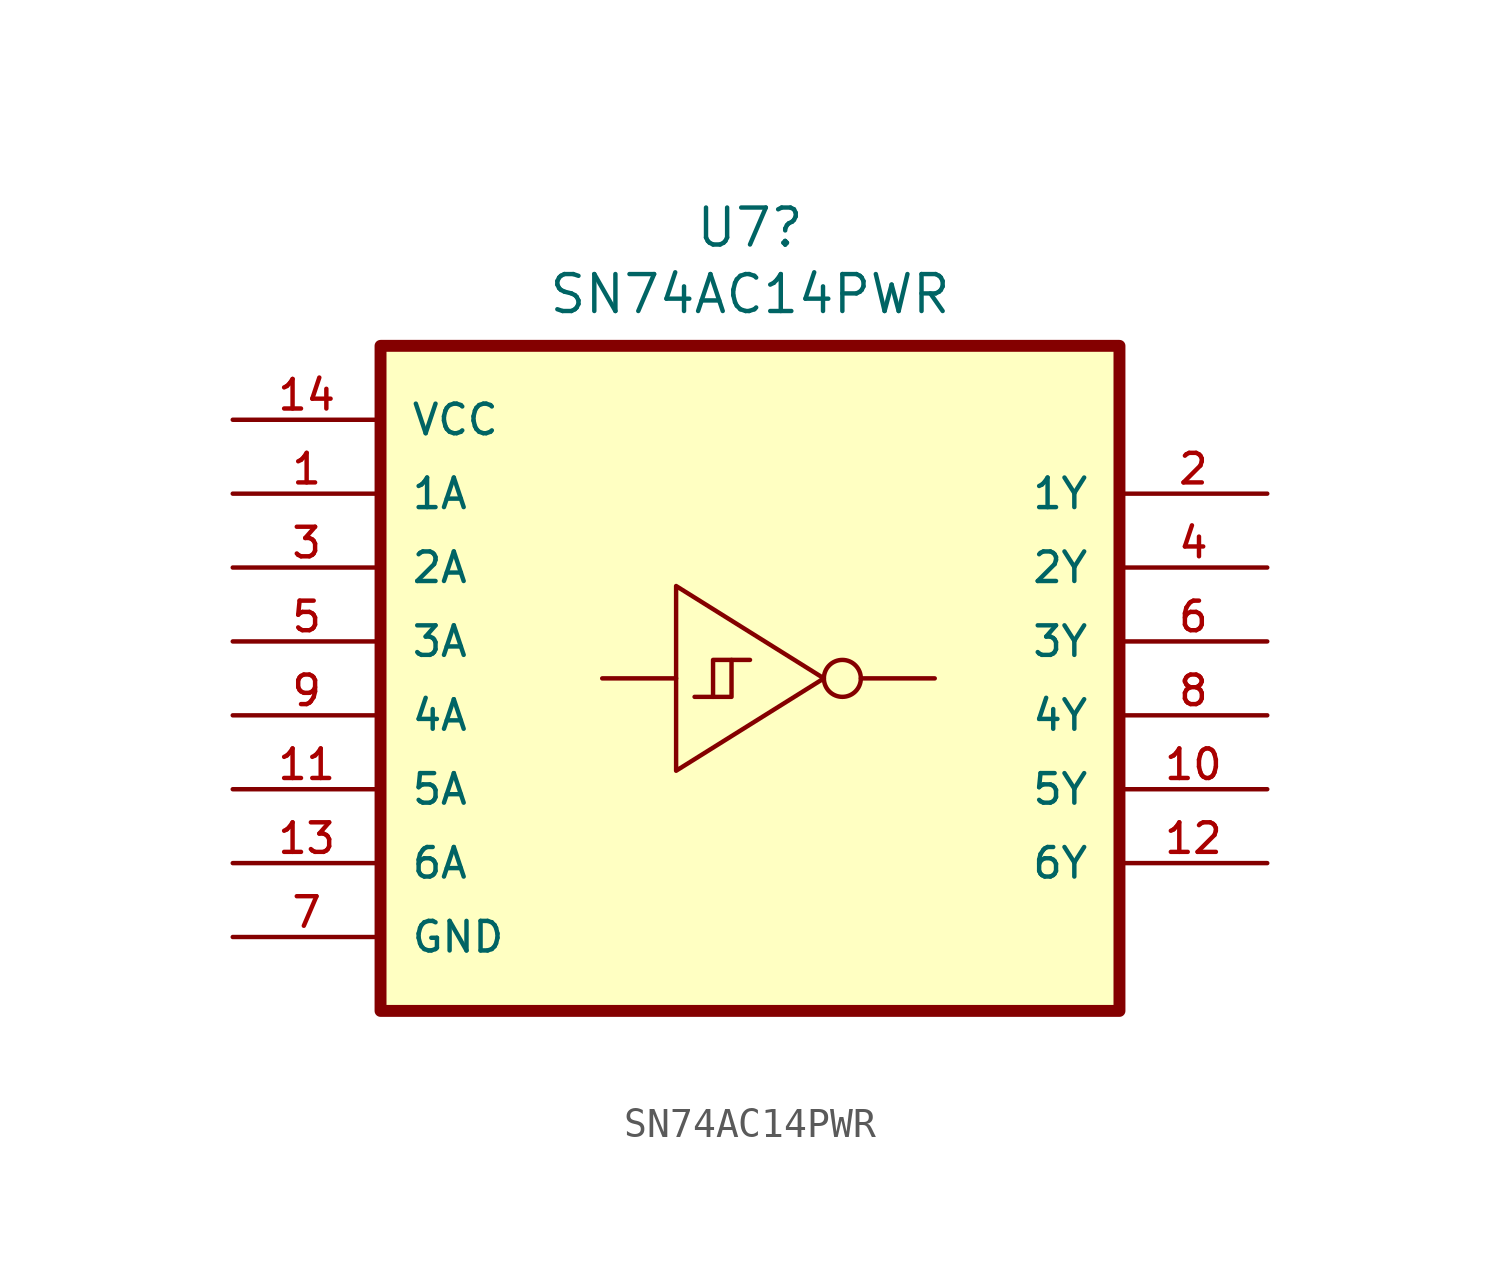
<source format=kicad_sym>
(kicad_symbol_lib
  (version 20241209)
  (generator "kicad_symbol_editor")
  (generator_version "9.0")
  (symbol "SN74AC14PWR"
    (pin_names
      (offset 1.016))
    (property "Reference" "U7"
      (at 0 14.224 0)
      (effects (font (size 1.27 1.27))))
    (property "Value" "SN74AC14PWR"
      (at 0 11.938 0)
      (effects (font (size 1.27 1.27))))
    (symbol "SN74AC14PWR_0_0"
      (rectangle (start -12.7 10.16) (end 12.7 -12.7) (stroke (width 0.41) (type default)) (fill (type background)))
      (pin power_in line (at -17.78 7.62 0) (length 5.08) (name "VCC" (effects (font (size 1.016 1.016)))) (number "14" (effects (font (size 1.016 1.016)))))
      (pin input line (at -17.78 5.08 0) (length 5.08) (name "1A" (effects (font (size 1.016 1.016)))) (number "1" (effects (font (size 1.016 1.016)))))
      (pin input line (at -17.78 2.54 0) (length 5.08) (name "2A" (effects (font (size 1.016 1.016)))) (number "3" (effects (font (size 1.016 1.016)))))
      (pin input line (at -17.78 0 0) (length 5.08) (name "3A" (effects (font (size 1.016 1.016)))) (number "5" (effects (font (size 1.016 1.016)))))
      (pin input line (at -17.78 -2.54 0) (length 5.08) (name "4A" (effects (font (size 1.016 1.016)))) (number "9" (effects (font (size 1.016 1.016)))))
      (pin input line (at -17.78 -5.08 0) (length 5.08) (name "5A" (effects (font (size 1.016 1.016)))) (number "11" (effects (font (size 1.016 1.016)))))
      (pin input line (at -17.78 -7.62 0) (length 5.08) (name "6A" (effects (font (size 1.016 1.016)))) (number "13" (effects (font (size 1.016 1.016)))))
      (pin power_in line (at -17.78 -10.16 0) (length 5.08) (name "GND" (effects (font (size 1.016 1.016)))) (number "7" (effects (font (size 1.016 1.016)))))
      (pin output line (at 17.78 5.08 180) (length 5.08) (name "1Y" (effects (font (size 1.016 1.016)))) (number "2" (effects (font (size 1.016 1.016)))))
      (pin output line (at 17.78 2.54 180) (length 5.08) (name "2Y" (effects (font (size 1.016 1.016)))) (number "4" (effects (font (size 1.016 1.016)))))
      (pin output line (at 17.78 0 180) (length 5.08) (name "3Y" (effects (font (size 1.016 1.016)))) (number "6" (effects (font (size 1.016 1.016)))))
      (pin output line (at 17.78 -2.54 180) (length 5.08) (name "4Y" (effects (font (size 1.016 1.016)))) (number "8" (effects (font (size 1.016 1.016)))))
      (pin output line (at 17.78 -5.08 180) (length 5.08) (name "5Y" (effects (font (size 1.016 1.016)))) (number "10" (effects (font (size 1.016 1.016)))))
      (pin output line (at 17.78 -7.62 180) (length 5.08) (name "6Y" (effects (font (size 1.016 1.016)))) (number "12" (effects (font (size 1.016 1.016))))))
    (symbol "SN74AC14PWR_0_1"
      (polyline (pts (xy -2.54 1.905) (xy -2.54 -4.445) (xy 2.54 -1.27) (xy -2.54 1.905)) (stroke (width 0) (type default)) (fill (type none)))
      (polyline (pts (xy -2.54 -1.27) (xy -5.08 -1.27)) (stroke (width 0) (type default)) (fill (type none)))
      (polyline (pts (xy -1.905 -1.905) (xy -0.635 -1.905) (xy -0.635 -0.635)) (stroke (width 0) (type default)) (fill (type none)))
      (polyline (pts (xy 0 -0.635) (xy -1.27 -0.635) (xy -1.27 -1.905)) (stroke (width 0) (type default)) (fill (type none)))
      (circle (center 3.175 -1.27) (radius 0.635) (stroke (width 0) (type default)) (fill (type none)))
      (polyline (pts (xy 3.81 -1.27) (xy 6.35 -1.27)) (stroke (width 0) (type default)) (fill (type none))))))
</source>
